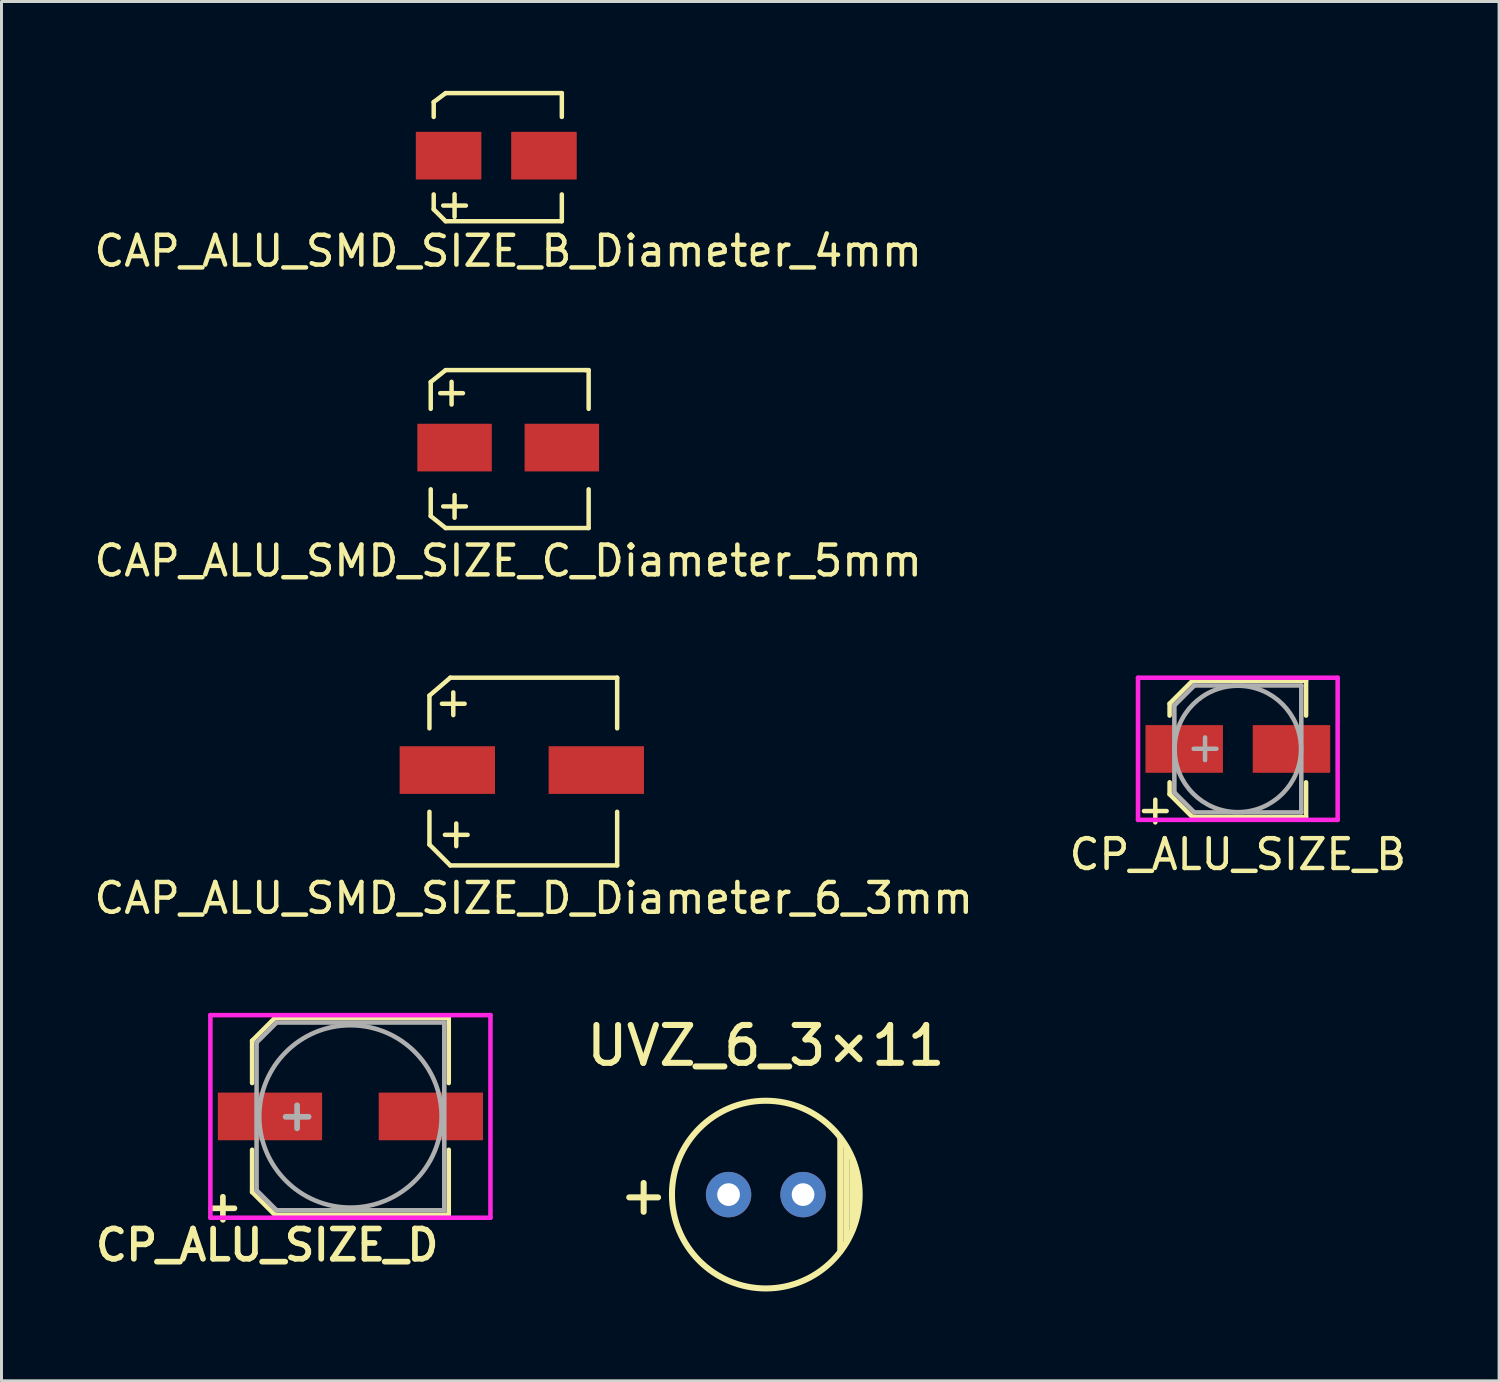
<source format=kicad_pcb>
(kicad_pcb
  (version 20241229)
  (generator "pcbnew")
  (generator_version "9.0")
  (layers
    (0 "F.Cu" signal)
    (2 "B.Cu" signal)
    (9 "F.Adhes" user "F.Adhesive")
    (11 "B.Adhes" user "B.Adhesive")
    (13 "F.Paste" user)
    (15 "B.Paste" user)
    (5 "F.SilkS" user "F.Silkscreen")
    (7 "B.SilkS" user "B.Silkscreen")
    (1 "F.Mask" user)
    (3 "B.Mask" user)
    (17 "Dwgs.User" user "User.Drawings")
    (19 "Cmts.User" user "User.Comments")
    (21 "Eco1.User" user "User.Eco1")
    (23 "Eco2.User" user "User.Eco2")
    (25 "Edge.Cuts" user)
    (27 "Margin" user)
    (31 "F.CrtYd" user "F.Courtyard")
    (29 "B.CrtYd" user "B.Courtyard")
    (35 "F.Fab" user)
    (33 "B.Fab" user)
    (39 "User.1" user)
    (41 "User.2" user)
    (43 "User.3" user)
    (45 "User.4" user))
  (footprint "CP_ALU_SIZE_D"
    (layer "F.Cu")
    (at 8.711 34.419)
    (property "Reference" "CP_ALU_SIZE_D" (at -2.794 4.318 0) (layer "F.SilkS") (effects (font (size 1.016 1.016) (thickness 0.191))))
    (attr smd)
    (fp_line (start -3.3 -2.54) (end -3.3 -1.12) (stroke (width 0.152) (type solid)) (layer "F.SilkS"))
    (fp_line (start -3.3 -2.54) (end -2.54 -3.3) (stroke (width 0.152) (type solid)) (layer "F.SilkS"))
    (fp_line (start -3.3 2.54) (end -3.3 1.12) (stroke (width 0.152) (type solid)) (layer "F.SilkS"))
    (fp_line (start -2.54 -3.3) (end 3.3 -3.3) (stroke (width 0.152) (type solid)) (layer "F.SilkS"))
    (fp_line (start -2.54 3.3) (end -3.3 2.54) (stroke (width 0.152) (type solid)) (layer "F.SilkS"))
    (fp_line (start 3.3 -3.3) (end 3.3 -1.12) (stroke (width 0.152) (type solid)) (layer "F.SilkS"))
    (fp_line (start 3.3 3.3) (end -2.54 3.3) (stroke (width 0.152) (type solid)) (layer "F.SilkS"))
    (fp_line (start 3.3 3.3) (end 3.3 1.12) (stroke (width 0.152) (type solid)) (layer "F.SilkS"))
    (fp_line (start -4.7 -3.4) (end -4.7 3.4) (stroke (width 0.152) (type solid)) (layer "F.CrtYd"))
    (fp_line (start -4.7 -3.4) (end 4.7 -3.4) (stroke (width 0.152) (type solid)) (layer "F.CrtYd"))
    (fp_line (start 4.7 3.4) (end -4.7 3.4) (stroke (width 0.152) (type solid)) (layer "F.CrtYd"))
    (fp_line (start 4.7 3.4) (end 4.7 -3.4) (stroke (width 0.152) (type solid)) (layer "F.CrtYd"))
    (fp_line (start -3.15 -2.48) (end -3.15 2.48) (stroke (width 0.152) (type solid)) (layer "F.Fab"))
    (fp_line (start -3.15 2.48) (end -2.48 3.15) (stroke (width 0.152) (type solid)) (layer "F.Fab"))
    (fp_line (start -2.48 -3.15) (end -3.15 -2.48) (stroke (width 0.152) (type solid)) (layer "F.Fab"))
    (fp_line (start -2.48 3.15) (end 3.15 3.15) (stroke (width 0.152) (type solid)) (layer "F.Fab"))
    (fp_line (start 3.15 -3.15) (end -2.48 -3.15) (stroke (width 0.152) (type solid)) (layer "F.Fab"))
    (fp_line (start 3.15 3.15) (end 3.15 -3.15) (stroke (width 0.152) (type solid)) (layer "F.Fab"))
    (fp_circle (center 0 0) (end 0.6 3) (stroke (width 0.152) (type solid)) (fill no) (layer "F.Fab"))
    (fp_text user "+" (at -4.28 3.01 0) (layer "F.SilkS") (effects (font (size 1.016 1.016) (thickness 0.191))))
    (fp_text user "+" (at -1.79 -0.06 0) (layer "F.Fab") (effects (font (size 1.016 1.016) (thickness 0.191))))
    (pad "1" smd rect (at -2.7 0 180) (size 3.5 1.6) (layers "F.Cu" "F.Mask" "F.Paste"))
    (pad "2" smd rect (at 2.7 0 180) (size 3.5 1.6) (layers "F.Cu" "F.Mask" "F.Paste")))
  (footprint "CAP_ALU_SMD_SIZE_B_Diameter_4mm"
    (layer "F.Cu")
    (at 13.606 2.175)
    (property "Reference" "CAP_ALU_SMD_SIZE_B_Diameter_4mm" (at 0.4 3.2 0) (layer "F.SilkS") (effects (font (size 1 1) (thickness 0.15))))
    (attr through_hole)
    (fp_line (start -2.1 -1.8) (end -1.7 -2.1) (stroke (width 0.15) (type solid)) (layer "F.SilkS"))
    (fp_line (start -2.1 -1.3) (end -2.1 -1.8) (stroke (width 0.15) (type solid)) (layer "F.SilkS"))
    (fp_line (start -2.1 1.8) (end -2.1 1.3) (stroke (width 0.15) (type solid)) (layer "F.SilkS"))
    (fp_line (start -1.7 -2.1) (end 2.2 -2.1) (stroke (width 0.15) (type solid)) (layer "F.SilkS"))
    (fp_line (start -1.7 2.2) (end -2.1 1.8) (stroke (width 0.15) (type solid)) (layer "F.SilkS"))
    (fp_line (start 2.2 -2.1) (end 2.2 -1.3) (stroke (width 0.15) (type solid)) (layer "F.SilkS"))
    (fp_line (start 2.2 1.3) (end 2.2 2.2) (stroke (width 0.15) (type solid)) (layer "F.SilkS"))
    (fp_line (start 2.2 2.2) (end -1.7 2.2) (stroke (width 0.15) (type solid)) (layer "F.SilkS"))
    (fp_text user "+" (at -1.4 1.6 0) (layer "F.SilkS") (effects (font (size 1 1) (thickness 0.15))))
    (pad "1" smd rect (at -1.6 0) (size 2.2 1.6) (layers "F.Cu" "F.Mask" "F.Paste"))
    (pad "2" smd rect (at 1.6 0) (size 2.2 1.6) (layers "F.Cu" "F.Mask" "F.Paste")))
  (footprint "CAP_ALU_SMD_SIZE_C_Diameter_5mm"
    (layer "F.Cu")
    (at 14.006 11.972)
    (property "Reference" "CAP_ALU_SMD_SIZE_C_Diameter_5mm" (at 0 3.8 0) (layer "F.SilkS") (effects (font (size 1 1) (thickness 0.15))))
    (attr through_hole)
    (fp_line (start -2.6 -2.2) (end -2.1 -2.6) (stroke (width 0.15) (type solid)) (layer "F.SilkS"))
    (fp_line (start -2.6 -1.3) (end -2.6 -2.2) (stroke (width 0.15) (type solid)) (layer "F.SilkS"))
    (fp_line (start -2.6 1.4) (end -2.6 2.3) (stroke (width 0.15) (type solid)) (layer "F.SilkS"))
    (fp_line (start -2.6 2.3) (end -2.1 2.7) (stroke (width 0.15) (type solid)) (layer "F.SilkS"))
    (fp_line (start -2.1 -2.6) (end 2.6 -2.6) (stroke (width 0.15) (type solid)) (layer "F.SilkS"))
    (fp_line (start -2.1 2.7) (end 2.7 2.7) (stroke (width 0.15) (type solid)) (layer "F.SilkS"))
    (fp_line (start 2.6 -2.6) (end 2.7 -2.6) (stroke (width 0.15) (type solid)) (layer "F.SilkS"))
    (fp_line (start 2.7 -2.6) (end 2.7 -1.3) (stroke (width 0.15) (type solid)) (layer "F.SilkS"))
    (fp_line (start 2.7 2.7) (end 2.7 1.4) (stroke (width 0.15) (type solid)) (layer "F.SilkS"))
    (fp_text user "+" (at -1.8 1.9 0) (layer "F.SilkS") (effects (font (size 1 1) (thickness 0.15))))
    (fp_text user "+" (at -1.9 -1.9 0) (layer "F.SilkS") (effects (font (size 1 1) (thickness 0.15))))
    (pad "1" smd rect (at -1.8 0) (size 2.5 1.6) (layers "F.Cu" "F.Mask" "F.Paste"))
    (pad "2" smd rect (at 1.8 0) (size 2.5 1.6) (layers "F.Cu" "F.Mask" "F.Paste")))
  (footprint "CP_ALU_SIZE_B"
    (layer "F.Cu")
    (at 38.494 22.086)
    (property "Reference" "CP_ALU_SIZE_B" (at 0 3.54 0) (layer "F.SilkS") (effects (font (size 1 1) (thickness 0.15))))
    (attr smd)
    (fp_line (start -2.29 -1.52) (end -2.29 -1.12) (stroke (width 0.152) (type solid)) (layer "F.SilkS"))
    (fp_line (start -2.29 1.52) (end -2.29 1.12) (stroke (width 0.152) (type solid)) (layer "F.SilkS"))
    (fp_line (start -1.52 -2.29) (end -2.29 -1.52) (stroke (width 0.152) (type solid)) (layer "F.SilkS"))
    (fp_line (start -1.52 -2.29) (end 2.29 -2.29) (stroke (width 0.152) (type solid)) (layer "F.SilkS"))
    (fp_line (start -1.52 2.29) (end -2.29 1.52) (stroke (width 0.152) (type solid)) (layer "F.SilkS"))
    (fp_line (start -1.52 2.29) (end 2.29 2.29) (stroke (width 0.152) (type solid)) (layer "F.SilkS"))
    (fp_line (start 2.29 -2.29) (end 2.29 -1.12) (stroke (width 0.152) (type solid)) (layer "F.SilkS"))
    (fp_line (start 2.29 2.29) (end 2.29 1.12) (stroke (width 0.152) (type solid)) (layer "F.SilkS"))
    (fp_line (start -3.35 -2.39) (end -3.35 2.38) (stroke (width 0.152) (type solid)) (layer "F.CrtYd"))
    (fp_line (start -3.35 -2.39) (end 3.35 -2.39) (stroke (width 0.152) (type solid)) (layer "F.CrtYd"))
    (fp_line (start 3.35 2.38) (end -3.35 2.38) (stroke (width 0.152) (type solid)) (layer "F.CrtYd"))
    (fp_line (start 3.35 2.38) (end 3.35 -2.39) (stroke (width 0.152) (type solid)) (layer "F.CrtYd"))
    (fp_line (start -2.13 -1.46) (end -2.13 1.46) (stroke (width 0.152) (type solid)) (layer "F.Fab"))
    (fp_line (start -2.13 1.46) (end -1.46 2.13) (stroke (width 0.152) (type solid)) (layer "F.Fab"))
    (fp_line (start -1.46 -2.13) (end -2.13 -1.46) (stroke (width 0.152) (type solid)) (layer "F.Fab"))
    (fp_line (start -1.46 2.13) (end 2.13 2.13) (stroke (width 0.152) (type solid)) (layer "F.Fab"))
    (fp_line (start 2.13 -2.13) (end -1.46 -2.13) (stroke (width 0.152) (type solid)) (layer "F.Fab"))
    (fp_line (start 2.13 2.13) (end 2.13 -2.13) (stroke (width 0.152) (type solid)) (layer "F.Fab"))
    (fp_circle (center 0 0) (end 0.3 2.1) (stroke (width 0.152) (type solid)) (fill no) (layer "F.Fab"))
    (fp_text user "+" (at -2.77 2.01 0) (layer "F.SilkS") (effects (font (size 1 1) (thickness 0.15))))
    (fp_text user "+" (at -1.1 -0.08 0) (layer "F.Fab") (effects (font (size 1 1) (thickness 0.15))))
    (pad "1" smd rect (at -1.8 0 180) (size 2.6 1.6) (layers "F.Cu" "F.Mask" "F.Paste"))
    (pad "2" smd rect (at 1.8 0 180) (size 2.6 1.6) (layers "F.Cu" "F.Mask" "F.Paste")))
  (footprint "UVZ_6_3×11"
    (layer "F.Cu")
    (at 22.652 37.043)
    (property "Reference" "UVZ_6_3×11" (at 0 -5 0) (layer "F.SilkS") (effects (font (size 1.27 1.27) (thickness 0.203))))
    (attr through_hole)
    (fp_line (start 2.5 -1.9) (end 2.5 1.9) (stroke (width 0.203) (type solid)) (layer "F.SilkS"))
    (fp_line (start 2.7 -1.6) (end 2.7 1.6) (stroke (width 0.203) (type solid)) (layer "F.SilkS"))
    (fp_line (start 2.9 -1.2) (end 2.9 1.2) (stroke (width 0.203) (type solid)) (layer "F.SilkS"))
    (fp_line (start 3 -0.5) (end 3 0.5) (stroke (width 0.203) (type solid)) (layer "F.SilkS"))
    (fp_circle (center 0 0) (end 3.15 0) (stroke (width 0.203) (type solid)) (fill no) (layer "F.SilkS"))
    (fp_text user "+" (at -4.1 0 0) (layer "F.SilkS") (effects (font (size 1.27 1.27) (thickness 0.203))))
    (pad "1" thru_hole circle (at -1.25 0) (size 1.524 1.524) (drill 0.762) (layers "*.Cu" "*.Mask"))
    (pad "2" thru_hole circle (at 1.25 0) (size 1.524 1.524) (drill 0.762) (layers "*.Cu" "*.Mask")))
  (footprint "CAP_ALU_SMD_SIZE_D_Diameter_6_3mm"
    (layer "F.Cu")
    (at 14.463 22.795)
    (property "Reference" "CAP_ALU_SMD_SIZE_D_Diameter_6_3mm" (at 0.4 4.3 0) (layer "F.SilkS") (effects (font (size 1 1) (thickness 0.15))))
    (attr through_hole)
    (fp_line (start -3.1 -2.5) (end -2.4 -3.1) (stroke (width 0.15) (type solid)) (layer "F.SilkS"))
    (fp_line (start -3.1 -1.4) (end -3.1 -2.5) (stroke (width 0.15) (type solid)) (layer "F.SilkS"))
    (fp_line (start -3.1 2.5) (end -3.1 1.4) (stroke (width 0.15) (type solid)) (layer "F.SilkS"))
    (fp_line (start -2.4 -3.1) (end 3.2 -3.1) (stroke (width 0.15) (type solid)) (layer "F.SilkS"))
    (fp_line (start -2.4 3.2) (end -3.1 2.5) (stroke (width 0.15) (type solid)) (layer "F.SilkS"))
    (fp_line (start 3.2 -3.1) (end 3.2 -1.4) (stroke (width 0.15) (type solid)) (layer "F.SilkS"))
    (fp_line (start 3.2 1.4) (end 3.2 3.2) (stroke (width 0.15) (type solid)) (layer "F.SilkS"))
    (fp_line (start 3.2 3.2) (end -2.4 3.2) (stroke (width 0.15) (type solid)) (layer "F.SilkS"))
    (fp_text user "+" (at -2.2 2.1 0) (layer "F.SilkS") (effects (font (size 1 1) (thickness 0.15))))
    (fp_text user "+" (at -2.3 -2.3 0) (layer "F.SilkS") (effects (font (size 1 1) (thickness 0.15))))
    (pad "1" smd rect (at -2.5 0) (size 3.2 1.6) (layers "F.Cu" "F.Mask" "F.Paste"))
    (pad "2" smd rect (at 2.5 0) (size 3.2 1.6) (layers "F.Cu" "F.Mask" "F.Paste")))
  (gr_rect
    (start -3 -3)
    (end 47.262 43.294)
    (stroke (width 0.1) (type default))
    (fill no)
    (layer "Edge.Cuts")))
</source>
